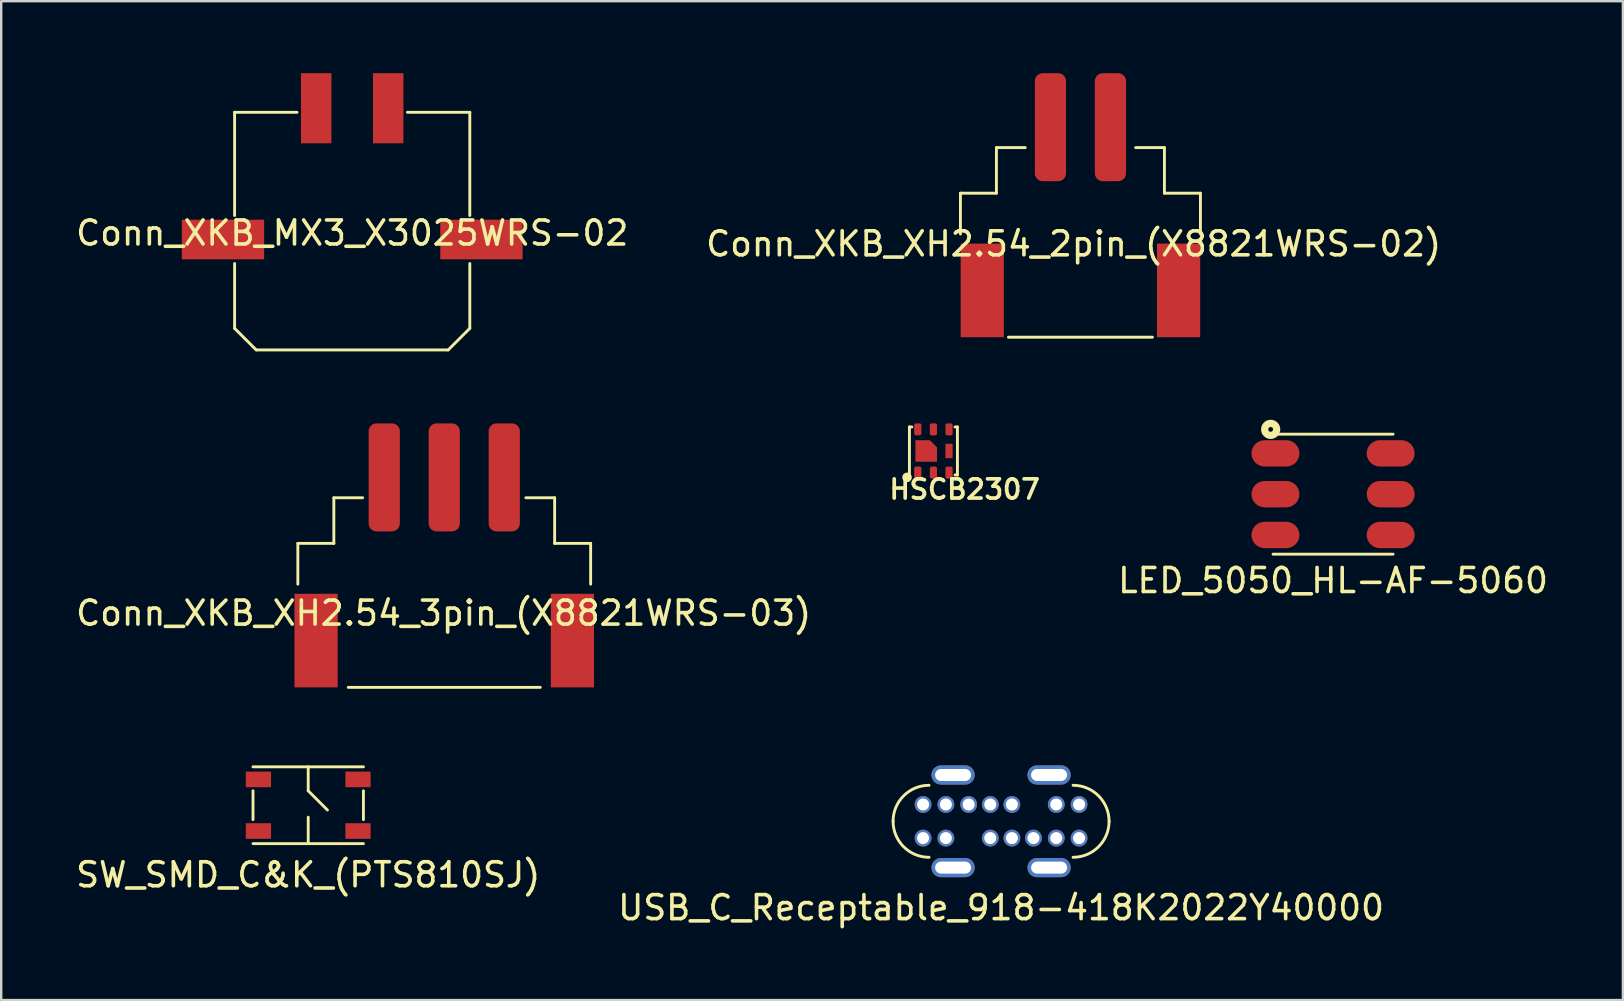
<source format=kicad_pcb>
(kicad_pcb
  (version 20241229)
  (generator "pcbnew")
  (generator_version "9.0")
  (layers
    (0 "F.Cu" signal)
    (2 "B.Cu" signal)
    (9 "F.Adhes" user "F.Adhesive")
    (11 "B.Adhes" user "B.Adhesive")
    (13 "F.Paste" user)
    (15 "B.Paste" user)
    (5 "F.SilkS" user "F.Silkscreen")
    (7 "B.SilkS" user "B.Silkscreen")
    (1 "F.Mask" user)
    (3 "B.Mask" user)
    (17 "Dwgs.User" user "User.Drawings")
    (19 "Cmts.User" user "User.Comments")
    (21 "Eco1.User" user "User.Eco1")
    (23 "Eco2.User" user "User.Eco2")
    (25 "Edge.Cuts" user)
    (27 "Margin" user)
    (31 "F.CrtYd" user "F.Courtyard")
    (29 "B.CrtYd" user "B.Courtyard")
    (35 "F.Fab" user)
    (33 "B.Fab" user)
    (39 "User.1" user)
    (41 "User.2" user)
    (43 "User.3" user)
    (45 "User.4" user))
  (footprint "SW_SMD_C&K_(PTS810SJ)"
    (layer "F.Cu")
    (at 9.792 30.5)
    (property "Reference" "SW_SMD_C&K_(PTS810SJ)" (at 0 2.9 0) (layer "F.SilkS") (effects (font (size 1 1) (thickness 0.15))))
    (attr through_hole)
    (fp_line (start -2.3 -1.6) (end 2.3 -1.6) (stroke (width 0.12) (type solid)) (layer "F.SilkS"))
    (fp_line (start -2.3 0.6) (end -2.3 -0.6) (stroke (width 0.12) (type solid)) (layer "F.SilkS"))
    (fp_line (start 0 -1.6) (end 0 -0.6) (stroke (width 0.12) (type solid)) (layer "F.SilkS"))
    (fp_line (start 0 -0.6) (end 0.8 0.2) (stroke (width 0.12) (type solid)) (layer "F.SilkS"))
    (fp_line (start 0 0.5) (end 0 1.6) (stroke (width 0.12) (type solid)) (layer "F.SilkS"))
    (fp_line (start 2.3 -0.6) (end 2.3 0.6) (stroke (width 0.12) (type solid)) (layer "F.SilkS"))
    (fp_line (start 2.3 1.6) (end -2.3 1.6) (stroke (width 0.12) (type solid)) (layer "F.SilkS"))
    (pad "1" smd rect (at -2.075 -1.075 180) (size 1.05 0.65) (layers "F.Cu" "F.Mask" "F.Paste"))
    (pad "2" smd rect (at 2.075 -1.075 180) (size 1.05 0.65) (layers "F.Cu" "F.Mask" "F.Paste"))
    (pad "3" smd rect (at -2.075 1.075 180) (size 1.05 0.65) (layers "F.Cu" "F.Mask" "F.Paste"))
    (pad "4" smd rect (at 2.075 1.075 180) (size 1.05 0.65) (layers "F.Cu" "F.Mask" "F.Paste")))
  (footprint "Conn_XKB_MX3_X3025WRS-02"
    (layer "F.Cu")
    (at 11.625 6.93)
    (property "Reference" "Conn_XKB_MX3_X3025WRS-02" (at 0 -0.27 0) (layer "F.SilkS") (effects (font (size 1 1) (thickness 0.15))))
    (attr through_hole)
    (fp_line (start -4.9 -5.3) (end -2.3 -5.3) (stroke (width 0.12) (type solid)) (layer "F.SilkS"))
    (fp_line (start -4.9 -1) (end -4.9 -5.3) (stroke (width 0.12) (type solid)) (layer "F.SilkS"))
    (fp_line (start -4.9 3.7) (end -4.9 1) (stroke (width 0.12) (type solid)) (layer "F.SilkS"))
    (fp_line (start -4 4.6) (end -4.9 3.7) (stroke (width 0.12) (type solid)) (layer "F.SilkS"))
    (fp_line (start -4 4.6) (end 4 4.6) (stroke (width 0.12) (type solid)) (layer "F.SilkS"))
    (fp_line (start 4 4.6) (end 4.9 3.7) (stroke (width 0.12) (type solid)) (layer "F.SilkS"))
    (fp_line (start 4.9 -5.3) (end 2.3 -5.3) (stroke (width 0.12) (type solid)) (layer "F.SilkS"))
    (fp_line (start 4.9 -1) (end 4.9 -5.3) (stroke (width 0.12) (type solid)) (layer "F.SilkS"))
    (fp_line (start 4.9 3.7) (end 4.9 1) (stroke (width 0.12) (type solid)) (layer "F.SilkS"))
    (pad "0" smd rect (at -5.385 0) (size 3.43 1.65) (layers "F.Cu" "F.Mask" "F.Paste"))
    (pad "0" smd rect (at 5.385 0) (size 3.43 1.65) (layers "F.Cu" "F.Mask" "F.Paste"))
    (pad "1" smd rect (at -1.5 -5.47 180) (size 1.27 2.92) (layers "F.Cu" "F.Mask" "F.Paste"))
    (pad "2" smd rect (at 1.5 -5.47 180) (size 1.27 2.92) (layers "F.Cu" "F.Mask" "F.Paste")))
  (footprint "Conn_XKB_XH2.54_3pin_(X8821WRS-03)"
    (layer "F.Cu")
    (at 15.46 25.59)
    (property "Reference" "Conn_XKB_XH2.54_3pin_(X8821WRS-03)" (at -0.025 -3.093 0) (layer "F.SilkS") (effects (font (size 1 1) (thickness 0.15))))
    (attr through_hole)
    (fp_line (start -6.1 -6) (end -6.1 -4.3) (stroke (width 0.12) (type solid)) (layer "F.SilkS"))
    (fp_line (start -4.6 -7.9) (end -4.6 -6) (stroke (width 0.12) (type solid)) (layer "F.SilkS"))
    (fp_line (start -4.6 -6) (end -6.1 -6) (stroke (width 0.12) (type solid)) (layer "F.SilkS"))
    (fp_line (start -4 0) (end 4 0) (stroke (width 0.12) (type solid)) (layer "F.SilkS"))
    (fp_line (start -3.4 -7.9) (end -4.6 -7.9) (stroke (width 0.12) (type solid)) (layer "F.SilkS"))
    (fp_line (start 3.4 -7.9) (end 4.6 -7.9) (stroke (width 0.12) (type solid)) (layer "F.SilkS"))
    (fp_line (start 4.6 -7.9) (end 4.6 -6) (stroke (width 0.12) (type solid)) (layer "F.SilkS"))
    (fp_line (start 4.6 -6) (end 6.1 -6) (stroke (width 0.12) (type solid)) (layer "F.SilkS"))
    (fp_line (start 6.1 -6) (end 6.1 -4.3) (stroke (width 0.12) (type solid)) (layer "F.SilkS"))
    (pad "0" smd rect (at -5.34 -1.95 180) (size 1.8 3.9) (layers "F.Cu" "F.Mask" "F.Paste"))
    (pad "0" smd rect (at 5.34 -1.95 180) (size 1.8 3.9) (layers "F.Cu" "F.Mask" "F.Paste"))
    (pad "1" smd roundrect (at -2.5 -8.75 180) (size 1.3 4.5) (layers "F.Cu" "F.Mask" "F.Paste") (roundrect_rratio 0.25))
    (pad "2" smd roundrect (at 0 -8.75 180) (size 1.3 4.5) (layers "F.Cu" "F.Mask" "F.Paste") (roundrect_rratio 0.25))
    (pad "3" smd roundrect (at 2.5 -8.75 180) (size 1.3 4.5) (layers "F.Cu" "F.Mask" "F.Paste") (roundrect_rratio 0.25)))
  (footprint "USB_C_Receptable_918-418K2022Y40000"
    (layer "F.Cu")
    (at 38.661 31.17)
    (property "Reference" "USB_C_Receptable_918-418K2022Y40000" (at 0 3.6 0) (layer "F.SilkS") (effects (font (size 1 1) (thickness 0.15))))
    (attr through_hole)
    (fp_arc (start -4.5 0) (mid -4.06066 -1.06066) (end -3 -1.5) (stroke (width 0.12) (type solid)) (layer "F.SilkS"))
    (fp_arc (start -3 1.5) (mid -4.06066 1.06066) (end -4.5 0) (stroke (width 0.12) (type solid)) (layer "F.SilkS"))
    (fp_arc (start 3 -1.5) (mid 4.06066 -1.06066) (end 4.5 0) (stroke (width 0.12) (type solid)) (layer "F.SilkS"))
    (fp_arc (start 4.5 0) (mid 4.06066 1.06066) (end 3 1.5) (stroke (width 0.12) (type solid)) (layer "F.SilkS"))
    (pad "A1" thru_hole circle (at -3.25 -0.7 180) (size 0.7 0.7) (drill 0.5) (layers "*.Cu" "*.Mask"))
    (pad "A1" thru_hole circle (at -3.25 0.7) (size 0.7 0.7) (drill 0.5) (layers "*.Cu" "*.Mask"))
    (pad "A1" thru_hole circle (at 3.25 -0.7 180) (size 0.7 0.7) (drill 0.5) (layers "*.Cu" "*.Mask"))
    (pad "A1" thru_hole circle (at 3.25 0.7) (size 0.7 0.7) (drill 0.5) (layers "*.Cu" "*.Mask"))
    (pad "A4" thru_hole circle (at -2.3 -0.7 180) (size 0.7 0.7) (drill 0.5) (layers "*.Cu" "*.Mask"))
    (pad "A4" thru_hole circle (at -2.3 0.7) (size 0.7 0.7) (drill 0.5) (layers "*.Cu" "*.Mask"))
    (pad "A4" thru_hole circle (at 2.3 -0.7 180) (size 0.7 0.7) (drill 0.5) (layers "*.Cu" "*.Mask"))
    (pad "A4" thru_hole circle (at 2.3 0.7) (size 0.7 0.7) (drill 0.5) (layers "*.Cu" "*.Mask"))
    (pad "A5" thru_hole circle (at -1.35 -0.7 180) (size 0.7 0.7) (drill 0.5) (layers "*.Cu" "*.Mask"))
    (pad "A6" thru_hole circle (at -0.45 -0.7 180) (size 0.7 0.7) (drill 0.5) (layers "*.Cu" "*.Mask"))
    (pad "A7" thru_hole circle (at 0.45 -0.7 180) (size 0.7 0.7) (drill 0.5) (layers "*.Cu" "*.Mask"))
    (pad "B5" thru_hole circle (at 1.35 0.7) (size 0.7 0.7) (drill 0.5) (layers "*.Cu" "*.Mask"))
    (pad "B6" thru_hole circle (at 0.45 0.7) (size 0.7 0.7) (drill 0.5) (layers "*.Cu" "*.Mask"))
    (pad "B7" thru_hole circle (at -0.45 0.7) (size 0.7 0.7) (drill 0.5) (layers "*.Cu" "*.Mask"))
    (pad "S1" thru_hole oval (at -2 -1.93) (size 1.8 0.8) (drill oval 1.5 0.5) (layers "*.Cu" "*.Mask"))
    (pad "S1" thru_hole oval (at -2 1.93) (size 1.8 0.8) (drill oval 1.5 0.5) (layers "*.Cu" "*.Mask"))
    (pad "S1" thru_hole oval (at 2 -1.93) (size 1.8 0.8) (drill oval 1.5 0.5) (layers "*.Cu" "*.Mask"))
    (pad "S1" thru_hole oval (at 2 1.93) (size 1.8 0.8) (drill oval 1.5 0.5) (layers "*.Cu" "*.Mask")))
  (footprint "LED_5050_HL-AF-5060"
    (layer "F.Cu")
    (at 52.493 17.54)
    (property "Reference" "LED_5050_HL-AF-5060" (at 0 3.6 0) (layer "F.SilkS") (effects (font (size 1 1) (thickness 0.15))))
    (attr through_hole)
    (fp_line (start 2.5 -2.5) (end -2.5 -2.5) (stroke (width 0.12) (type solid)) (layer "F.SilkS"))
    (fp_line (start 2.5 2.5) (end -2.5 2.5) (stroke (width 0.12) (type solid)) (layer "F.SilkS"))
    (fp_circle (center -2.6 -2.7) (end -2.5 -2.7) (stroke (width 0.3) (type solid)) (fill no) (layer "F.SilkS"))
    (pad "1" smd roundrect (at -2.4 -1.7) (size 2 1.1) (layers "F.Cu" "F.Mask" "F.Paste") (roundrect_rratio 0.5))
    (pad "2" smd roundrect (at -2.4 0) (size 2 1.1) (layers "F.Cu" "F.Mask" "F.Paste") (roundrect_rratio 0.5))
    (pad "3" smd roundrect (at -2.4 1.7) (size 2 1.1) (layers "F.Cu" "F.Mask" "F.Paste") (roundrect_rratio 0.5))
    (pad "4" smd roundrect (at 2.4 1.7) (size 2 1.1) (layers "F.Cu" "F.Mask" "F.Paste") (roundrect_rratio 0.5))
    (pad "5" smd roundrect (at 2.4 0) (size 2 1.1) (layers "F.Cu" "F.Mask" "F.Paste") (roundrect_rratio 0.5))
    (pad "6" smd roundrect (at 2.4 -1.7) (size 2 1.1) (layers "F.Cu" "F.Mask" "F.Paste") (roundrect_rratio 0.5)))
  (footprint "Conn_XKB_XH2.54_2pin_(X8821WRS-02)"
    (layer "F.Cu")
    (at 41.967 11)
    (property "Reference" "Conn_XKB_XH2.54_2pin_(X8821WRS-02)" (at -0.283 -3.889 0) (layer "F.SilkS") (effects (font (size 1 1) (thickness 0.15))))
    (attr through_hole)
    (fp_line (start -5 -6) (end -5 -4.3) (stroke (width 0.12) (type solid)) (layer "F.SilkS"))
    (fp_line (start -3.5 -7.9) (end -3.5 -6) (stroke (width 0.12) (type solid)) (layer "F.SilkS"))
    (fp_line (start -3.5 -6) (end -5 -6) (stroke (width 0.12) (type solid)) (layer "F.SilkS"))
    (fp_line (start -3 0) (end 3 0) (stroke (width 0.12) (type solid)) (layer "F.SilkS"))
    (fp_line (start -2.3 -7.9) (end -3.5 -7.9) (stroke (width 0.12) (type solid)) (layer "F.SilkS"))
    (fp_line (start 2.3 -7.9) (end 3.5 -7.9) (stroke (width 0.12) (type solid)) (layer "F.SilkS"))
    (fp_line (start 3.5 -7.9) (end 3.5 -6) (stroke (width 0.12) (type solid)) (layer "F.SilkS"))
    (fp_line (start 3.5 -6) (end 5 -6) (stroke (width 0.12) (type solid)) (layer "F.SilkS"))
    (fp_line (start 5 -6) (end 5 -4.3) (stroke (width 0.12) (type solid)) (layer "F.SilkS"))
    (pad "0" smd rect (at -4.09 -1.95 180) (size 1.8 3.9) (layers "F.Cu" "F.Mask" "F.Paste"))
    (pad "0" smd rect (at 4.09 -1.95 180) (size 1.8 3.9) (layers "F.Cu" "F.Mask" "F.Paste"))
    (pad "1" smd roundrect (at -1.25 -8.75 180) (size 1.3 4.5) (layers "F.Cu" "F.Mask" "F.Paste") (roundrect_rratio 0.25))
    (pad "2" smd roundrect (at 1.25 -8.75 180) (size 1.3 4.5) (layers "F.Cu" "F.Mask" "F.Paste") (roundrect_rratio 0.25)))
  (footprint "HSCB2307"
    (layer "F.Cu")
    (at 35.842 15.74)
    (property "Reference" "HSCB2307" (at 1.3 1.6 0) (layer "F.SilkS") (effects (font (size 0.8 0.8) (thickness 0.153))))
    (attr through_hole)
    (fp_line (start -1 -1) (end -1 1) (stroke (width 0.12) (type solid)) (layer "F.SilkS"))
    (fp_line (start -0.9 -1) (end -1 -1) (stroke (width 0.12) (type solid)) (layer "F.SilkS"))
    (fp_line (start 1 -1) (end 0.9 -1) (stroke (width 0.12) (type solid)) (layer "F.SilkS"))
    (fp_line (start 1 -1) (end 1 1) (stroke (width 0.12) (type solid)) (layer "F.SilkS"))
    (fp_line (start 1 1) (end 0.9 1) (stroke (width 0.12) (type solid)) (layer "F.SilkS"))
    (fp_circle (center -1.1 1.1) (end -1 1.1) (stroke (width 0.2) (type solid)) (fill no) (layer "F.SilkS"))
    (pad "1" smd roundrect (at -0.65 0.9 180) (size 0.3 0.5) (layers "F.Cu" "F.Mask" "F.Paste") (roundrect_rratio 0.25))
    (pad "2" smd roundrect (at 0 0.9 180) (size 0.3 0.5) (layers "F.Cu" "F.Mask" "F.Paste") (roundrect_rratio 0.25))
    (pad "3" smd roundrect (at 0.65 0.9 180) (size 0.3 0.5) (layers "F.Cu" "F.Mask" "F.Paste") (roundrect_rratio 0.25))
    (pad "4" smd roundrect (at 0.65 -0.9 180) (size 0.3 0.5) (layers "F.Cu" "F.Mask" "F.Paste") (roundrect_rratio 0.25))
    (pad "5" smd roundrect (at 0 -0.9 180) (size 0.3 0.5) (layers "F.Cu" "F.Mask" "F.Paste") (roundrect_rratio 0.25))
    (pad "6" smd roundrect (at -0.65 -0.9 180) (size 0.3 0.5) (layers "F.Cu" "F.Mask" "F.Paste") (roundrect_rratio 0.25))
    (pad "7" smd rect (at 0.65 0 180) (size 0.3 0.6) (layers "F.Cu" "F.Mask" "F.Paste"))
    (pad "8" smd custom (at -0.3 0 180) (size 0.6 0.6) (layers "F.Cu" "F.Mask" "F.Paste") (options (anchor rect)) (primitives (gr_poly (pts (xy 0.45 -0.45) (xy -0.45 -0.45) (xy -0.45 0.15) (xy -0.15 0.45) (xy 0.45 0.45)) (width 0) (fill yes)))))
  (gr_rect
    (start -3 -3)
    (end 64.57 38.618)
    (stroke (width 0.1) (type default))
    (fill no)
    (layer "Edge.Cuts")))
</source>
